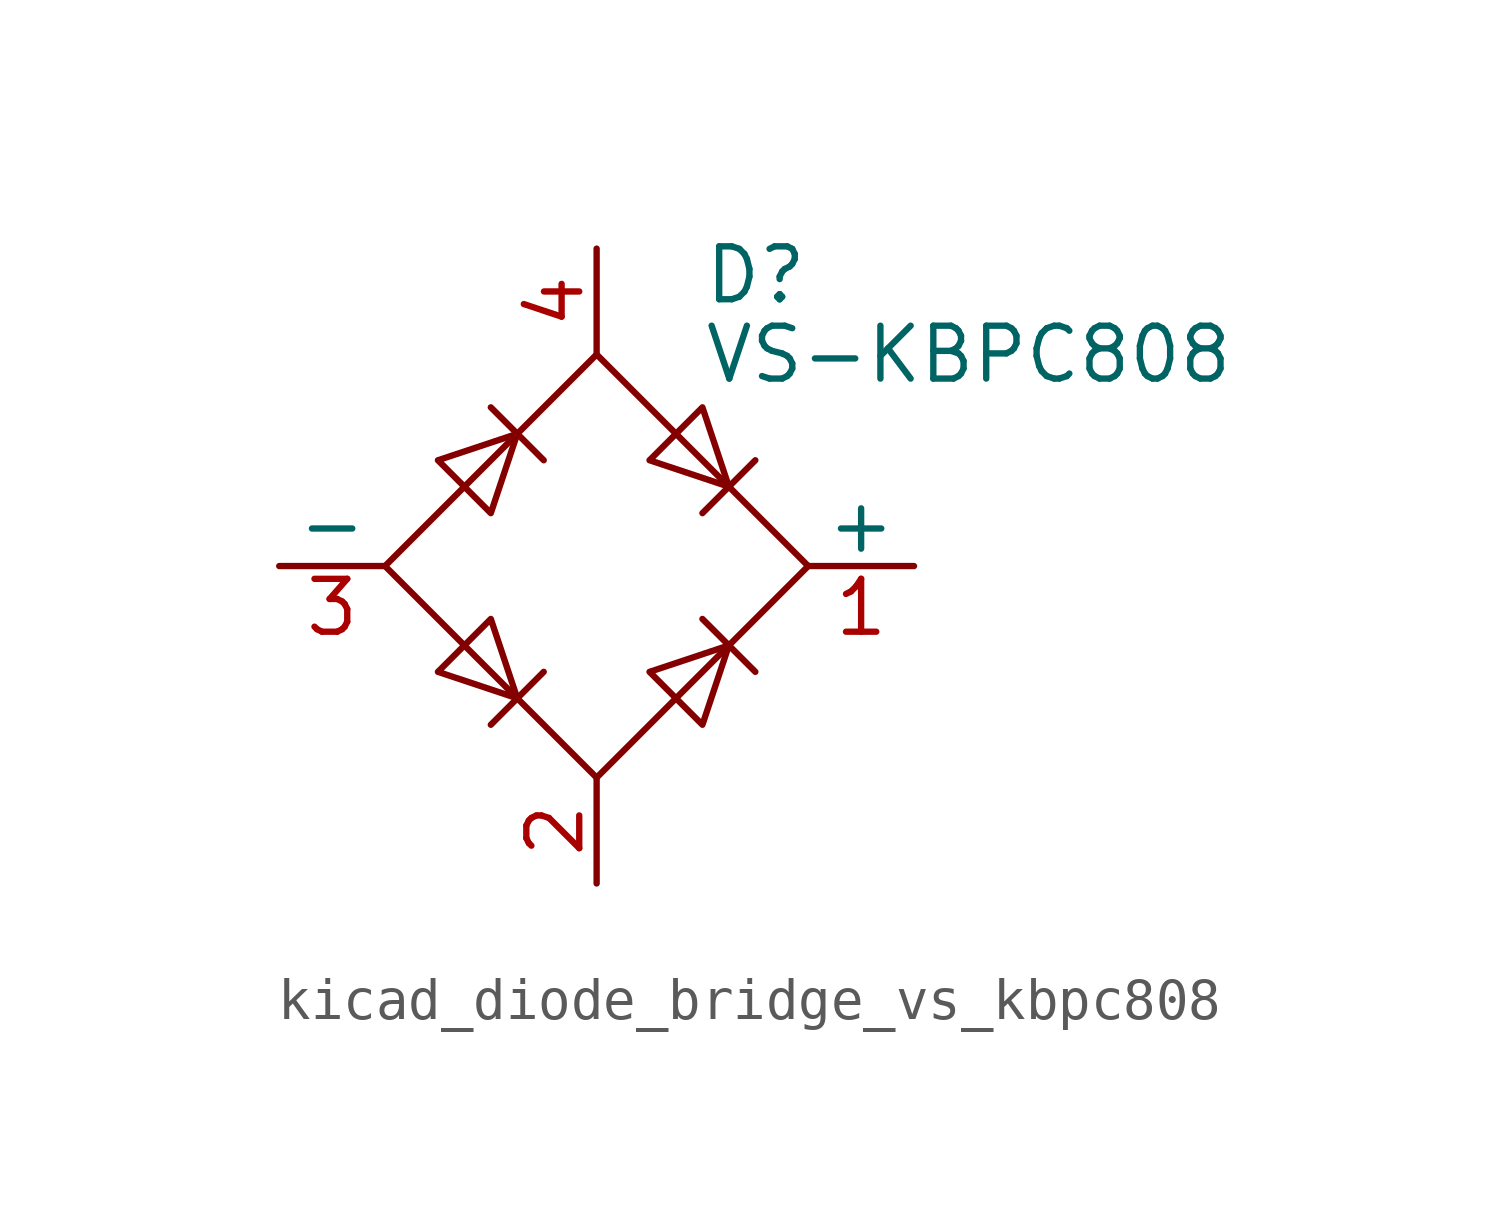
<source format=kicad_sym>
(kicad_symbol_lib
  (version 20220914)
  (generator kicad_symbol_editor)
  (symbol "kicad_diode_bridge_vs_kbpc808"
    (pin_names
      (offset 0))
    (property "Reference" "D"
      (at 2.54 6.985 0)
      (effects (font (size 1.27 1.27)) (justify left)))
    (property "Value" "VS-KBPC808"
      (at 2.54 5.08 0)
      (effects (font (size 1.27 1.27)) (justify left)))
    (symbol "kicad_diode_bridge_vs_kbpc808_0_1"
      (polyline (pts (xy -2.54 3.81) (xy -1.27 2.54)) (stroke (width 0) (type default)) (fill (type none)))
      (polyline (pts (xy -1.27 -2.54) (xy -2.54 -3.81)) (stroke (width 0) (type default)) (fill (type none)))
      (polyline (pts (xy 2.54 -1.27) (xy 3.81 -2.54)) (stroke (width 0) (type default)) (fill (type none)))
      (polyline (pts (xy 2.54 1.27) (xy 3.81 2.54)) (stroke (width 0) (type default)) (fill (type none)))
      (polyline (pts (xy -3.81 2.54) (xy -2.54 1.27) (xy -1.905 3.175) (xy -3.81 2.54)) (stroke (width 0) (type default)) (fill (type none)))
      (polyline (pts (xy -2.54 -1.27) (xy -3.81 -2.54) (xy -1.905 -3.175) (xy -2.54 -1.27)) (stroke (width 0) (type default)) (fill (type none)))
      (polyline (pts (xy 1.27 2.54) (xy 2.54 3.81) (xy 3.175 1.905) (xy 1.27 2.54)) (stroke (width 0) (type default)) (fill (type none)))
      (polyline (pts (xy 3.175 -1.905) (xy 1.27 -2.54) (xy 2.54 -3.81) (xy 3.175 -1.905)) (stroke (width 0) (type default)) (fill (type none)))
      (polyline (pts (xy -5.08 0) (xy 0 -5.08) (xy 5.08 0) (xy 0 5.08) (xy -5.08 0)) (stroke (width 0) (type default)) (fill (type none))))
    (symbol "kicad_diode_bridge_vs_kbpc808_1_1"
      (pin passive line (at 7.62 0 180) (length 2.54) (name "+" (effects (font (size 1.27 1.27)))) (number "1" (effects (font (size 1.27 1.27)))))
      (pin passive line (at 0 -7.62 90) (length 2.54) (name "~" (effects (font (size 1.27 1.27)))) (number "2" (effects (font (size 1.27 1.27)))))
      (pin passive line (at -7.62 0 0) (length 2.54) (name "-" (effects (font (size 1.27 1.27)))) (number "3" (effects (font (size 1.27 1.27)))))
      (pin passive line (at 0 7.62 270) (length 2.54) (name "~" (effects (font (size 1.27 1.27)))) (number "4" (effects (font (size 1.27 1.27))))))))
</source>
